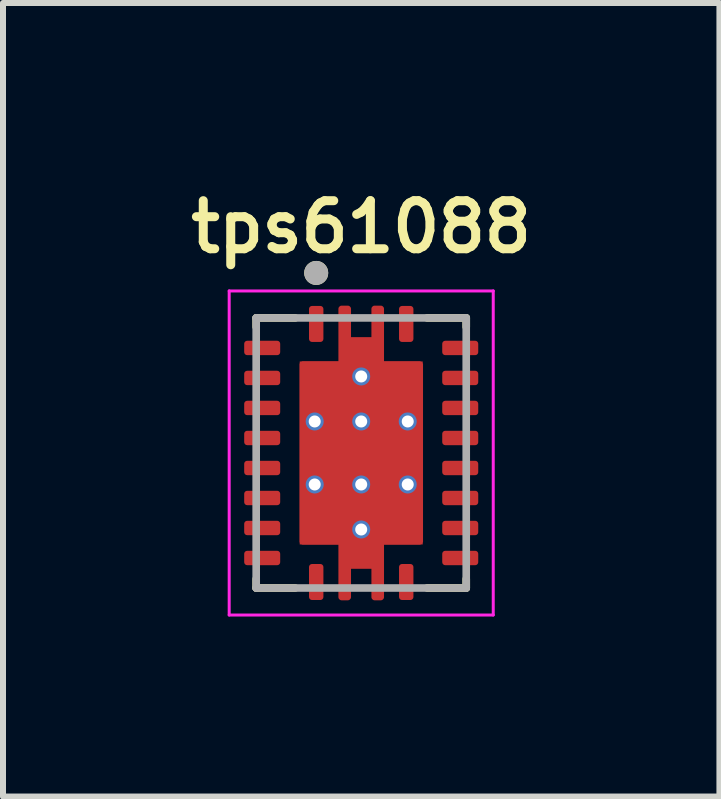
<source format=kicad_pcb>
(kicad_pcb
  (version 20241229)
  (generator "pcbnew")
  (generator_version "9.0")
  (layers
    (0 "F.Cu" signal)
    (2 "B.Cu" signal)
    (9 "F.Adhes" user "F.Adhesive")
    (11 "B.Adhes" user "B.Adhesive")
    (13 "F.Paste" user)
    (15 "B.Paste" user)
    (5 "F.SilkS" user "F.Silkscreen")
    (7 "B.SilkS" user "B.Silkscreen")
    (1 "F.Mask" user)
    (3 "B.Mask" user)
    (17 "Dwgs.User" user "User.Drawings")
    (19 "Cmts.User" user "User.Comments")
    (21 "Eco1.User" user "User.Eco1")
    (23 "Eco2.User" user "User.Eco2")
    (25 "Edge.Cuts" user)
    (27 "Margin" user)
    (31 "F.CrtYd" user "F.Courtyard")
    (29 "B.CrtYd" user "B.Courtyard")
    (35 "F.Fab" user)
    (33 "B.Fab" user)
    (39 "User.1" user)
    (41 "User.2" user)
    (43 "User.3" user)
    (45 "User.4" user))
  (footprint "tps61088"
    (layer "F.Cu")
    (at 2.969 4.498)
    (property "Reference" "tps61088" (at 0 -3.766 0) (layer "F.SilkS") (effects (font (size 0.801 0.801) (thickness 0.15))))
    (attr smd)
    (fp_poly (pts (xy -0.477 -1.627) (xy -0.477 -2.4) (xy -0.477 -2.408) (xy -0.476 -2.416) (xy -0.475 -2.424) (xy -0.474 -2.432) (xy -0.472 -2.439) (xy -0.47 -2.447) (xy -0.467 -2.454) (xy -0.464 -2.462) (xy -0.46 -2.469) (xy -0.457 -2.476) (xy -0.452 -2.483) (xy -0.448 -2.489) (xy -0.443 -2.496) (xy -0.438 -2.502) (xy -0.432 -2.507) (xy -0.427 -2.513) (xy -0.421 -2.518) (xy -0.414 -2.523) (xy -0.408 -2.527) (xy -0.401 -2.532) (xy -0.394 -2.535) (xy -0.387 -2.539) (xy -0.379 -2.542) (xy -0.372 -2.545) (xy -0.364 -2.547) (xy -0.357 -2.549) (xy -0.349 -2.55) (xy -0.341 -2.551) (xy -0.333 -2.552) (xy -0.325 -2.552) (xy -0.225 -2.552) (xy -0.217 -2.552) (xy -0.209 -2.551) (xy -0.201 -2.55) (xy -0.193 -2.549) (xy -0.186 -2.547) (xy -0.178 -2.545) (xy -0.171 -2.542) (xy -0.163 -2.539) (xy -0.156 -2.535) (xy -0.149 -2.532) (xy -0.142 -2.527) (xy -0.136 -2.523) (xy -0.129 -2.518) (xy -0.123 -2.513) (xy -0.118 -2.507) (xy -0.112 -2.502) (xy -0.107 -2.496) (xy -0.102 -2.489) (xy -0.098 -2.483) (xy -0.093 -2.476) (xy -0.09 -2.469) (xy -0.086 -2.462) (xy -0.083 -2.454) (xy -0.08 -2.447) (xy -0.078 -2.439) (xy -0.076 -2.432) (xy -0.075 -2.424) (xy -0.074 -2.416) (xy -0.073 -2.408) (xy -0.073 -2.4) (xy -0.073 -2.027) (xy 0.072 -2.027) (xy 0.073 -2.027) (xy 0.073 -2.402) (xy 0.073 -2.41) (xy 0.074 -2.418) (xy 0.075 -2.425) (xy 0.076 -2.433) (xy 0.078 -2.441) (xy 0.08 -2.448) (xy 0.083 -2.456) (xy 0.086 -2.463) (xy 0.089 -2.47) (xy 0.093 -2.477) (xy 0.097 -2.484) (xy 0.102 -2.49) (xy 0.106 -2.496) (xy 0.112 -2.502) (xy 0.117 -2.508) (xy 0.123 -2.513) (xy 0.129 -2.519) (xy 0.135 -2.523) (xy 0.141 -2.528) (xy 0.148 -2.532) (xy 0.155 -2.536) (xy 0.162 -2.539) (xy 0.169 -2.542) (xy 0.177 -2.545) (xy 0.184 -2.547) (xy 0.192 -2.549) (xy 0.2 -2.55) (xy 0.207 -2.551) (xy 0.215 -2.552) (xy 0.223 -2.552) (xy 0.326 -2.552) (xy 0.334 -2.552) (xy 0.342 -2.551) (xy 0.35 -2.55) (xy 0.357 -2.549) (xy 0.365 -2.547) (xy 0.373 -2.545) (xy 0.38 -2.542) (xy 0.387 -2.539) (xy 0.395 -2.536) (xy 0.401 -2.532) (xy 0.408 -2.528) (xy 0.415 -2.523) (xy 0.421 -2.518) (xy 0.427 -2.513) (xy 0.433 -2.508) (xy 0.438 -2.502) (xy 0.443 -2.496) (xy 0.448 -2.49) (xy 0.453 -2.483) (xy 0.457 -2.476) (xy 0.461 -2.47) (xy 0.464 -2.462) (xy 0.467 -2.455) (xy 0.47 -2.448) (xy 0.472 -2.44) (xy 0.474 -2.432) (xy 0.475 -2.425) (xy 0.476 -2.417) (xy 0.477 -2.409) (xy 0.477 -2.401) (xy 0.477 -1.627) (xy 0.975 -1.627) (xy 0.983 -1.627) (xy 0.991 -1.626) (xy 0.999 -1.625) (xy 1.007 -1.624) (xy 1.014 -1.622) (xy 1.022 -1.62) (xy 1.029 -1.617) (xy 1.037 -1.614) (xy 1.044 -1.61) (xy 1.051 -1.607) (xy 1.058 -1.602) (xy 1.064 -1.598) (xy 1.071 -1.593) (xy 1.077 -1.588) (xy 1.082 -1.582) (xy 1.088 -1.577) (xy 1.093 -1.571) (xy 1.098 -1.564) (xy 1.102 -1.558) (xy 1.107 -1.551) (xy 1.11 -1.544) (xy 1.114 -1.537) (xy 1.117 -1.529) (xy 1.12 -1.522) (xy 1.122 -1.514) (xy 1.124 -1.507) (xy 1.125 -1.499) (xy 1.126 -1.491) (xy 1.127 -1.483) (xy 1.127 -1.475) (xy 1.127 1.476) (xy 1.127 1.484) (xy 1.126 1.492) (xy 1.125 1.499) (xy 1.124 1.507) (xy 1.122 1.515) (xy 1.12 1.522) (xy 1.117 1.53) (xy 1.114 1.537) (xy 1.111 1.544) (xy 1.107 1.551) (xy 1.103 1.558) (xy 1.098 1.564) (xy 1.094 1.57) (xy 1.088 1.576) (xy 1.083 1.582) (xy 1.077 1.587) (xy 1.071 1.593) (xy 1.065 1.597) (xy 1.059 1.602) (xy 1.052 1.606) (xy 1.045 1.61) (xy 1.038 1.613) (xy 1.031 1.616) (xy 1.023 1.619) (xy 1.016 1.621) (xy 1.008 1.623) (xy 1 1.624) (xy 0.993 1.625) (xy 0.985 1.626) (xy 0.977 1.626) (xy 0.478 1.626) (xy 0.477 1.626) (xy 0.477 1.627) (xy 0.477 2.401) (xy 0.477 2.409) (xy 0.476 2.417) (xy 0.475 2.424) (xy 0.474 2.432) (xy 0.472 2.44) (xy 0.47 2.447) (xy 0.467 2.455) (xy 0.464 2.462) (xy 0.461 2.469) (xy 0.457 2.476) (xy 0.453 2.483) (xy 0.448 2.489) (xy 0.444 2.495) (xy 0.438 2.501) (xy 0.433 2.507) (xy 0.427 2.512) (xy 0.421 2.518) (xy 0.415 2.522) (xy 0.409 2.527) (xy 0.402 2.531) (xy 0.395 2.535) (xy 0.388 2.538) (xy 0.381 2.541) (xy 0.373 2.544) (xy 0.366 2.546) (xy 0.358 2.548) (xy 0.35 2.549) (xy 0.343 2.55) (xy 0.335 2.551) (xy 0.327 2.551) (xy 0.222 2.551) (xy 0.214 2.551) (xy 0.206 2.55) (xy 0.199 2.549) (xy 0.191 2.548) (xy 0.183 2.546) (xy 0.176 2.544) (xy 0.169 2.541) (xy 0.161 2.538) (xy 0.154 2.535) (xy 0.147 2.531) (xy 0.141 2.527) (xy 0.134 2.523) (xy 0.128 2.518) (xy 0.122 2.513) (xy 0.117 2.507) (xy 0.111 2.502) (xy 0.106 2.496) (xy 0.101 2.49) (xy 0.097 2.483) (xy 0.093 2.477) (xy 0.089 2.47) (xy 0.086 2.463) (xy 0.083 2.455) (xy 0.08 2.448) (xy 0.078 2.441) (xy 0.076 2.433) (xy 0.075 2.425) (xy 0.074 2.418) (xy 0.073 2.41) (xy 0.073 2.402) (xy 0.073 2.027) (xy -0.072 2.027) (xy -0.073 2.027) (xy -0.073 2.028) (xy -0.073 2.401) (xy -0.073 2.409) (xy -0.074 2.417) (xy -0.075 2.424) (xy -0.076 2.432) (xy -0.078 2.44) (xy -0.08 2.447) (xy -0.083 2.455) (xy -0.086 2.462) (xy -0.089 2.469) (xy -0.093 2.476) (xy -0.097 2.483) (xy -0.102 2.489) (xy -0.106 2.495) (xy -0.112 2.501) (xy -0.117 2.507) (xy -0.123 2.512) (xy -0.129 2.518) (xy -0.135 2.522) (xy -0.141 2.527) (xy -0.148 2.531) (xy -0.155 2.535) (xy -0.162 2.538) (xy -0.169 2.541) (xy -0.177 2.544) (xy -0.184 2.546) (xy -0.192 2.548) (xy -0.2 2.549) (xy -0.207 2.55) (xy -0.215 2.551) (xy -0.223 2.551) (xy -0.329 2.551) (xy -0.337 2.551) (xy -0.344 2.55) (xy -0.352 2.549) (xy -0.36 2.548) (xy -0.367 2.546) (xy -0.375 2.544) (xy -0.382 2.541) (xy -0.389 2.538) (xy -0.396 2.535) (xy -0.403 2.531) (xy -0.41 2.527) (xy -0.416 2.523) (xy -0.422 2.518) (xy -0.428 2.513) (xy -0.434 2.508) (xy -0.439 2.502) (xy -0.444 2.496) (xy -0.449 2.49) (xy -0.453 2.484) (xy -0.457 2.477) (xy -0.461 2.47) (xy -0.464 2.463) (xy -0.467 2.456) (xy -0.47 2.449) (xy -0.472 2.441) (xy -0.474 2.434) (xy -0.475 2.426) (xy -0.476 2.418) (xy -0.477 2.411) (xy -0.477 2.403) (xy -0.477 1.627) (xy -0.975 1.627) (xy -0.983 1.627) (xy -0.991 1.626) (xy -0.999 1.625) (xy -1.007 1.624) (xy -1.014 1.622) (xy -1.022 1.62) (xy -1.029 1.617) (xy -1.037 1.614) (xy -1.044 1.61) (xy -1.051 1.607) (xy -1.058 1.602) (xy -1.064 1.598) (xy -1.071 1.593) (xy -1.077 1.588) (xy -1.082 1.582) (xy -1.088 1.577) (xy -1.093 1.571) (xy -1.098 1.564) (xy -1.102 1.558) (xy -1.107 1.551) (xy -1.11 1.544) (xy -1.114 1.537) (xy -1.117 1.529) (xy -1.12 1.522) (xy -1.122 1.514) (xy -1.124 1.507) (xy -1.125 1.499) (xy -1.126 1.491) (xy -1.127 1.483) (xy -1.127 1.475) (xy -1.127 -1.474) (xy -1.127 -1.482) (xy -1.126 -1.49) (xy -1.125 -1.498) (xy -1.124 -1.506) (xy -1.122 -1.513) (xy -1.12 -1.521) (xy -1.117 -1.528) (xy -1.114 -1.536) (xy -1.11 -1.543) (xy -1.107 -1.55) (xy -1.102 -1.557) (xy -1.098 -1.563) (xy -1.093 -1.57) (xy -1.088 -1.576) (xy -1.082 -1.581) (xy -1.077 -1.587) (xy -1.071 -1.592) (xy -1.064 -1.597) (xy -1.058 -1.601) (xy -1.051 -1.606) (xy -1.044 -1.609) (xy -1.037 -1.613) (xy -1.029 -1.616) (xy -1.022 -1.619) (xy -1.014 -1.621) (xy -1.007 -1.623) (xy -0.999 -1.624) (xy -0.991 -1.625) (xy -0.983 -1.626) (xy -0.975 -1.626) (xy -0.478 -1.626) (xy -0.477 -1.626) (xy -0.477 -1.627)) (stroke (width 0.01) (type solid)) (fill yes) (layer "F.Mask"))
    (fp_line (start -1.75 -2.25) (end -1.1 -2.25) (stroke (width 0.127) (type solid)) (layer "F.SilkS"))
    (fp_line (start -1.75 -2.1) (end -1.75 -2.25) (stroke (width 0.127) (type solid)) (layer "F.SilkS"))
    (fp_line (start -1.75 2.1) (end -1.75 2.25) (stroke (width 0.127) (type solid)) (layer "F.SilkS"))
    (fp_line (start -1.75 2.25) (end -1.1 2.25) (stroke (width 0.127) (type solid)) (layer "F.SilkS"))
    (fp_line (start 1.1 -2.25) (end 1.75 -2.25) (stroke (width 0.127) (type solid)) (layer "F.SilkS"))
    (fp_line (start 1.1 2.25) (end 1.75 2.25) (stroke (width 0.127) (type solid)) (layer "F.SilkS"))
    (fp_line (start 1.75 -2.25) (end 1.75 -2.1) (stroke (width 0.127) (type solid)) (layer "F.SilkS"))
    (fp_line (start 1.75 2.25) (end 1.75 2.1) (stroke (width 0.127) (type solid)) (layer "F.SilkS"))
    (fp_circle (center -0.75 -3) (end -0.65 -3) (stroke (width 0.2) (type solid)) (fill no) (layer "F.SilkS"))
    (fp_poly (pts (xy -1.02 -1.425) (xy -1.02 -0.675) (xy -1.02 -0.672) (xy -1.02 -0.67) (xy -1.019 -0.667) (xy -1.019 -0.665) (xy -1.018 -0.662) (xy -1.018 -0.66) (xy -1.017 -0.657) (xy -1.016 -0.655) (xy -1.015 -0.652) (xy -1.013 -0.65) (xy -1.012 -0.648) (xy -1.01 -0.646) (xy -1.009 -0.644) (xy -1.007 -0.642) (xy -1.005 -0.64) (xy -1.003 -0.638) (xy -1.001 -0.636) (xy -0.999 -0.635) (xy -0.997 -0.633) (xy -0.995 -0.632) (xy -0.993 -0.63) (xy -0.99 -0.629) (xy -0.988 -0.628) (xy -0.985 -0.627) (xy -0.983 -0.627) (xy -0.98 -0.626) (xy -0.978 -0.626) (xy -0.975 -0.625) (xy -0.973 -0.625) (xy -0.97 -0.625) (xy -0.15 -0.625) (xy -0.147 -0.625) (xy -0.145 -0.625) (xy -0.142 -0.626) (xy -0.14 -0.626) (xy -0.137 -0.627) (xy -0.135 -0.627) (xy -0.132 -0.628) (xy -0.13 -0.629) (xy -0.127 -0.63) (xy -0.125 -0.632) (xy -0.123 -0.633) (xy -0.121 -0.635) (xy -0.119 -0.636) (xy -0.117 -0.638) (xy -0.115 -0.64) (xy -0.113 -0.642) (xy -0.111 -0.644) (xy -0.11 -0.646) (xy -0.108 -0.648) (xy -0.107 -0.65) (xy -0.105 -0.652) (xy -0.104 -0.655) (xy -0.103 -0.657) (xy -0.102 -0.66) (xy -0.102 -0.662) (xy -0.101 -0.665) (xy -0.101 -0.667) (xy -0.1 -0.67) (xy -0.1 -0.672) (xy -0.1 -0.675) (xy -0.1 -1.425) (xy -0.1 -1.428) (xy -0.1 -1.43) (xy -0.101 -1.433) (xy -0.101 -1.435) (xy -0.102 -1.438) (xy -0.102 -1.44) (xy -0.103 -1.443) (xy -0.104 -1.445) (xy -0.105 -1.448) (xy -0.107 -1.45) (xy -0.108 -1.452) (xy -0.11 -1.454) (xy -0.111 -1.456) (xy -0.113 -1.458) (xy -0.115 -1.46) (xy -0.117 -1.462) (xy -0.119 -1.464) (xy -0.121 -1.465) (xy -0.123 -1.467) (xy -0.125 -1.468) (xy -0.127 -1.47) (xy -0.13 -1.471) (xy -0.132 -1.472) (xy -0.135 -1.473) (xy -0.137 -1.473) (xy -0.14 -1.474) (xy -0.142 -1.474) (xy -0.145 -1.475) (xy -0.147 -1.475) (xy -0.15 -1.475) (xy -0.97 -1.475) (xy -0.973 -1.475) (xy -0.975 -1.475) (xy -0.978 -1.474) (xy -0.98 -1.474) (xy -0.983 -1.473) (xy -0.985 -1.473) (xy -0.988 -1.472) (xy -0.99 -1.471) (xy -0.993 -1.47) (xy -0.995 -1.468) (xy -0.997 -1.467) (xy -0.999 -1.465) (xy -1.001 -1.464) (xy -1.003 -1.462) (xy -1.005 -1.46) (xy -1.007 -1.458) (xy -1.009 -1.456) (xy -1.01 -1.454) (xy -1.012 -1.452) (xy -1.013 -1.45) (xy -1.015 -1.448) (xy -1.016 -1.445) (xy -1.017 -1.443) (xy -1.018 -1.44) (xy -1.018 -1.438) (xy -1.019 -1.435) (xy -1.019 -1.433) (xy -1.02 -1.43) (xy -1.02 -1.428) (xy -1.02 -1.425)) (stroke (width 0.01) (type solid)) (fill yes) (layer "F.Paste"))
    (fp_poly (pts (xy -1.02 0.675) (xy -1.02 1.425) (xy -1.02 1.428) (xy -1.02 1.43) (xy -1.019 1.433) (xy -1.019 1.435) (xy -1.018 1.438) (xy -1.018 1.44) (xy -1.017 1.443) (xy -1.016 1.445) (xy -1.015 1.448) (xy -1.013 1.45) (xy -1.012 1.452) (xy -1.01 1.454) (xy -1.009 1.456) (xy -1.007 1.458) (xy -1.005 1.46) (xy -1.003 1.462) (xy -1.001 1.464) (xy -0.999 1.465) (xy -0.997 1.467) (xy -0.995 1.468) (xy -0.993 1.47) (xy -0.99 1.471) (xy -0.988 1.472) (xy -0.985 1.473) (xy -0.983 1.473) (xy -0.98 1.474) (xy -0.978 1.474) (xy -0.975 1.475) (xy -0.973 1.475) (xy -0.97 1.475) (xy -0.15 1.475) (xy -0.147 1.475) (xy -0.145 1.475) (xy -0.142 1.474) (xy -0.14 1.474) (xy -0.137 1.473) (xy -0.135 1.473) (xy -0.132 1.472) (xy -0.13 1.471) (xy -0.127 1.47) (xy -0.125 1.468) (xy -0.123 1.467) (xy -0.121 1.465) (xy -0.119 1.464) (xy -0.117 1.462) (xy -0.115 1.46) (xy -0.113 1.458) (xy -0.111 1.456) (xy -0.11 1.454) (xy -0.108 1.452) (xy -0.107 1.45) (xy -0.105 1.448) (xy -0.104 1.445) (xy -0.103 1.443) (xy -0.102 1.44) (xy -0.102 1.438) (xy -0.101 1.435) (xy -0.101 1.433) (xy -0.1 1.43) (xy -0.1 1.428) (xy -0.1 1.425) (xy -0.1 0.675) (xy -0.1 0.672) (xy -0.1 0.67) (xy -0.101 0.667) (xy -0.101 0.665) (xy -0.102 0.662) (xy -0.102 0.66) (xy -0.103 0.657) (xy -0.104 0.655) (xy -0.105 0.652) (xy -0.107 0.65) (xy -0.108 0.648) (xy -0.11 0.646) (xy -0.111 0.644) (xy -0.113 0.642) (xy -0.115 0.64) (xy -0.117 0.638) (xy -0.119 0.636) (xy -0.121 0.635) (xy -0.123 0.633) (xy -0.125 0.632) (xy -0.127 0.63) (xy -0.13 0.629) (xy -0.132 0.628) (xy -0.135 0.627) (xy -0.137 0.627) (xy -0.14 0.626) (xy -0.142 0.626) (xy -0.145 0.625) (xy -0.147 0.625) (xy -0.15 0.625) (xy -0.97 0.625) (xy -0.973 0.625) (xy -0.975 0.625) (xy -0.978 0.626) (xy -0.98 0.626) (xy -0.983 0.627) (xy -0.985 0.627) (xy -0.988 0.628) (xy -0.99 0.629) (xy -0.993 0.63) (xy -0.995 0.632) (xy -0.997 0.633) (xy -0.999 0.635) (xy -1.001 0.636) (xy -1.003 0.638) (xy -1.005 0.64) (xy -1.007 0.642) (xy -1.009 0.644) (xy -1.01 0.646) (xy -1.012 0.648) (xy -1.013 0.65) (xy -1.015 0.652) (xy -1.016 0.655) (xy -1.017 0.657) (xy -1.018 0.66) (xy -1.018 0.662) (xy -1.019 0.665) (xy -1.019 0.667) (xy -1.02 0.67) (xy -1.02 0.672) (xy -1.02 0.675)) (stroke (width 0.01) (type solid)) (fill yes) (layer "F.Paste"))
    (fp_poly (pts (xy -0.15 -0.425) (xy -0.97 -0.425) (xy -0.973 -0.425) (xy -0.975 -0.425) (xy -0.978 -0.424) (xy -0.98 -0.424) (xy -0.983 -0.423) (xy -0.985 -0.423) (xy -0.988 -0.422) (xy -0.99 -0.421) (xy -0.993 -0.42) (xy -0.995 -0.418) (xy -0.997 -0.417) (xy -0.999 -0.415) (xy -1.001 -0.414) (xy -1.003 -0.412) (xy -1.005 -0.41) (xy -1.007 -0.408) (xy -1.009 -0.406) (xy -1.01 -0.404) (xy -1.012 -0.402) (xy -1.013 -0.4) (xy -1.015 -0.398) (xy -1.016 -0.395) (xy -1.017 -0.393) (xy -1.018 -0.39) (xy -1.018 -0.388) (xy -1.019 -0.385) (xy -1.019 -0.383) (xy -1.02 -0.38) (xy -1.02 -0.378) (xy -1.02 -0.375) (xy -1.02 0.375) (xy -1.02 0.378) (xy -1.02 0.38) (xy -1.019 0.383) (xy -1.019 0.385) (xy -1.018 0.388) (xy -1.018 0.39) (xy -1.017 0.393) (xy -1.016 0.395) (xy -1.015 0.398) (xy -1.013 0.4) (xy -1.012 0.402) (xy -1.01 0.404) (xy -1.009 0.406) (xy -1.007 0.408) (xy -1.005 0.41) (xy -1.003 0.412) (xy -1.001 0.414) (xy -0.999 0.415) (xy -0.997 0.417) (xy -0.995 0.418) (xy -0.993 0.42) (xy -0.99 0.421) (xy -0.988 0.422) (xy -0.985 0.423) (xy -0.983 0.423) (xy -0.98 0.424) (xy -0.978 0.424) (xy -0.975 0.425) (xy -0.973 0.425) (xy -0.97 0.425) (xy -0.15 0.425) (xy -0.147 0.425) (xy -0.145 0.425) (xy -0.142 0.424) (xy -0.14 0.424) (xy -0.137 0.423) (xy -0.135 0.423) (xy -0.132 0.422) (xy -0.13 0.421) (xy -0.127 0.42) (xy -0.125 0.418) (xy -0.123 0.417) (xy -0.121 0.415) (xy -0.119 0.414) (xy -0.117 0.412) (xy -0.115 0.41) (xy -0.113 0.408) (xy -0.111 0.406) (xy -0.11 0.404) (xy -0.108 0.402) (xy -0.107 0.4) (xy -0.105 0.398) (xy -0.104 0.395) (xy -0.103 0.393) (xy -0.102 0.39) (xy -0.102 0.388) (xy -0.101 0.385) (xy -0.101 0.383) (xy -0.1 0.38) (xy -0.1 0.378) (xy -0.1 0.375) (xy -0.1 -0.375) (xy -0.1 -0.378) (xy -0.1 -0.38) (xy -0.101 -0.383) (xy -0.101 -0.385) (xy -0.102 -0.388) (xy -0.102 -0.39) (xy -0.103 -0.393) (xy -0.104 -0.395) (xy -0.105 -0.398) (xy -0.107 -0.4) (xy -0.108 -0.402) (xy -0.11 -0.404) (xy -0.111 -0.406) (xy -0.113 -0.408) (xy -0.115 -0.41) (xy -0.117 -0.412) (xy -0.119 -0.414) (xy -0.121 -0.415) (xy -0.123 -0.417) (xy -0.125 -0.418) (xy -0.127 -0.42) (xy -0.13 -0.421) (xy -0.132 -0.422) (xy -0.135 -0.423) (xy -0.137 -0.423) (xy -0.14 -0.424) (xy -0.142 -0.424) (xy -0.145 -0.425) (xy -0.147 -0.425) (xy -0.15 -0.425)) (stroke (width 0.01) (type solid)) (fill yes) (layer "F.Paste"))
    (fp_poly (pts (xy 0.1 -1.425) (xy 0.1 -0.675) (xy 0.1 -0.672) (xy 0.1 -0.67) (xy 0.101 -0.667) (xy 0.101 -0.665) (xy 0.102 -0.662) (xy 0.102 -0.66) (xy 0.103 -0.657) (xy 0.104 -0.655) (xy 0.105 -0.652) (xy 0.107 -0.65) (xy 0.108 -0.648) (xy 0.11 -0.646) (xy 0.111 -0.644) (xy 0.113 -0.642) (xy 0.115 -0.64) (xy 0.117 -0.638) (xy 0.119 -0.636) (xy 0.121 -0.635) (xy 0.123 -0.633) (xy 0.125 -0.632) (xy 0.127 -0.63) (xy 0.13 -0.629) (xy 0.132 -0.628) (xy 0.135 -0.627) (xy 0.137 -0.627) (xy 0.14 -0.626) (xy 0.142 -0.626) (xy 0.145 -0.625) (xy 0.147 -0.625) (xy 0.15 -0.625) (xy 0.97 -0.625) (xy 0.973 -0.625) (xy 0.975 -0.625) (xy 0.978 -0.626) (xy 0.98 -0.626) (xy 0.983 -0.627) (xy 0.985 -0.627) (xy 0.988 -0.628) (xy 0.99 -0.629) (xy 0.993 -0.63) (xy 0.995 -0.632) (xy 0.997 -0.633) (xy 0.999 -0.635) (xy 1.001 -0.636) (xy 1.003 -0.638) (xy 1.005 -0.64) (xy 1.007 -0.642) (xy 1.009 -0.644) (xy 1.01 -0.646) (xy 1.012 -0.648) (xy 1.013 -0.65) (xy 1.015 -0.652) (xy 1.016 -0.655) (xy 1.017 -0.657) (xy 1.018 -0.66) (xy 1.018 -0.662) (xy 1.019 -0.665) (xy 1.019 -0.667) (xy 1.02 -0.67) (xy 1.02 -0.672) (xy 1.02 -0.675) (xy 1.02 -1.425) (xy 1.02 -1.428) (xy 1.02 -1.43) (xy 1.019 -1.433) (xy 1.019 -1.435) (xy 1.018 -1.438) (xy 1.018 -1.44) (xy 1.017 -1.443) (xy 1.016 -1.445) (xy 1.015 -1.448) (xy 1.013 -1.45) (xy 1.012 -1.452) (xy 1.01 -1.454) (xy 1.009 -1.456) (xy 1.007 -1.458) (xy 1.005 -1.46) (xy 1.003 -1.462) (xy 1.001 -1.464) (xy 0.999 -1.465) (xy 0.997 -1.467) (xy 0.995 -1.468) (xy 0.993 -1.47) (xy 0.99 -1.471) (xy 0.988 -1.472) (xy 0.985 -1.473) (xy 0.983 -1.473) (xy 0.98 -1.474) (xy 0.978 -1.474) (xy 0.975 -1.475) (xy 0.973 -1.475) (xy 0.97 -1.475) (xy 0.15 -1.475) (xy 0.147 -1.475) (xy 0.145 -1.475) (xy 0.142 -1.474) (xy 0.14 -1.474) (xy 0.137 -1.473) (xy 0.135 -1.473) (xy 0.132 -1.472) (xy 0.13 -1.471) (xy 0.127 -1.47) (xy 0.125 -1.468) (xy 0.123 -1.467) (xy 0.121 -1.465) (xy 0.119 -1.464) (xy 0.117 -1.462) (xy 0.115 -1.46) (xy 0.113 -1.458) (xy 0.111 -1.456) (xy 0.11 -1.454) (xy 0.108 -1.452) (xy 0.107 -1.45) (xy 0.105 -1.448) (xy 0.104 -1.445) (xy 0.103 -1.443) (xy 0.102 -1.44) (xy 0.102 -1.438) (xy 0.101 -1.435) (xy 0.101 -1.433) (xy 0.1 -1.43) (xy 0.1 -1.428) (xy 0.1 -1.425)) (stroke (width 0.01) (type solid)) (fill yes) (layer "F.Paste"))
    (fp_poly (pts (xy 0.97 -0.425) (xy 0.15 -0.425) (xy 0.147 -0.425) (xy 0.145 -0.425) (xy 0.142 -0.424) (xy 0.14 -0.424) (xy 0.137 -0.423) (xy 0.135 -0.423) (xy 0.132 -0.422) (xy 0.13 -0.421) (xy 0.127 -0.42) (xy 0.125 -0.418) (xy 0.123 -0.417) (xy 0.121 -0.415) (xy 0.119 -0.414) (xy 0.117 -0.412) (xy 0.115 -0.41) (xy 0.113 -0.408) (xy 0.111 -0.406) (xy 0.11 -0.404) (xy 0.108 -0.402) (xy 0.107 -0.4) (xy 0.105 -0.398) (xy 0.104 -0.395) (xy 0.103 -0.393) (xy 0.102 -0.39) (xy 0.102 -0.388) (xy 0.101 -0.385) (xy 0.101 -0.383) (xy 0.1 -0.38) (xy 0.1 -0.378) (xy 0.1 -0.375) (xy 0.1 0.375) (xy 0.1 0.378) (xy 0.1 0.38) (xy 0.101 0.383) (xy 0.101 0.385) (xy 0.102 0.388) (xy 0.102 0.39) (xy 0.103 0.393) (xy 0.104 0.395) (xy 0.105 0.398) (xy 0.107 0.4) (xy 0.108 0.402) (xy 0.11 0.404) (xy 0.111 0.406) (xy 0.113 0.408) (xy 0.115 0.41) (xy 0.117 0.412) (xy 0.119 0.414) (xy 0.121 0.415) (xy 0.123 0.417) (xy 0.125 0.418) (xy 0.127 0.42) (xy 0.13 0.421) (xy 0.132 0.422) (xy 0.135 0.423) (xy 0.137 0.423) (xy 0.14 0.424) (xy 0.142 0.424) (xy 0.145 0.425) (xy 0.147 0.425) (xy 0.15 0.425) (xy 0.97 0.425) (xy 0.973 0.425) (xy 0.975 0.425) (xy 0.978 0.424) (xy 0.98 0.424) (xy 0.983 0.423) (xy 0.985 0.423) (xy 0.988 0.422) (xy 0.99 0.421) (xy 0.993 0.42) (xy 0.995 0.418) (xy 0.997 0.417) (xy 0.999 0.415) (xy 1.001 0.414) (xy 1.003 0.412) (xy 1.005 0.41) (xy 1.007 0.408) (xy 1.009 0.406) (xy 1.01 0.404) (xy 1.012 0.402) (xy 1.013 0.4) (xy 1.015 0.398) (xy 1.016 0.395) (xy 1.017 0.393) (xy 1.018 0.39) (xy 1.018 0.388) (xy 1.019 0.385) (xy 1.019 0.383) (xy 1.02 0.38) (xy 1.02 0.378) (xy 1.02 0.375) (xy 1.02 -0.375) (xy 1.02 -0.378) (xy 1.02 -0.38) (xy 1.019 -0.383) (xy 1.019 -0.385) (xy 1.018 -0.388) (xy 1.018 -0.39) (xy 1.017 -0.393) (xy 1.016 -0.395) (xy 1.015 -0.398) (xy 1.013 -0.4) (xy 1.012 -0.402) (xy 1.01 -0.404) (xy 1.009 -0.406) (xy 1.007 -0.408) (xy 1.005 -0.41) (xy 1.003 -0.412) (xy 1.001 -0.414) (xy 0.999 -0.415) (xy 0.997 -0.417) (xy 0.995 -0.418) (xy 0.993 -0.42) (xy 0.99 -0.421) (xy 0.988 -0.422) (xy 0.985 -0.423) (xy 0.983 -0.423) (xy 0.98 -0.424) (xy 0.978 -0.424) (xy 0.975 -0.425) (xy 0.973 -0.425) (xy 0.97 -0.425)) (stroke (width 0.01) (type solid)) (fill yes) (layer "F.Paste"))
    (fp_poly (pts (xy 0.97 0.625) (xy 0.15 0.625) (xy 0.147 0.625) (xy 0.145 0.625) (xy 0.142 0.626) (xy 0.14 0.626) (xy 0.137 0.627) (xy 0.135 0.627) (xy 0.132 0.628) (xy 0.13 0.629) (xy 0.127 0.63) (xy 0.125 0.632) (xy 0.123 0.633) (xy 0.121 0.635) (xy 0.119 0.636) (xy 0.117 0.638) (xy 0.115 0.64) (xy 0.113 0.642) (xy 0.111 0.644) (xy 0.11 0.646) (xy 0.108 0.648) (xy 0.107 0.65) (xy 0.105 0.652) (xy 0.104 0.655) (xy 0.103 0.657) (xy 0.102 0.66) (xy 0.102 0.662) (xy 0.101 0.665) (xy 0.101 0.667) (xy 0.1 0.67) (xy 0.1 0.672) (xy 0.1 0.675) (xy 0.1 1.425) (xy 0.1 1.428) (xy 0.1 1.43) (xy 0.101 1.433) (xy 0.101 1.435) (xy 0.102 1.438) (xy 0.102 1.44) (xy 0.103 1.443) (xy 0.104 1.445) (xy 0.105 1.448) (xy 0.107 1.45) (xy 0.108 1.452) (xy 0.11 1.454) (xy 0.111 1.456) (xy 0.113 1.458) (xy 0.115 1.46) (xy 0.117 1.462) (xy 0.119 1.464) (xy 0.121 1.465) (xy 0.123 1.467) (xy 0.125 1.468) (xy 0.127 1.47) (xy 0.13 1.471) (xy 0.132 1.472) (xy 0.135 1.473) (xy 0.137 1.473) (xy 0.14 1.474) (xy 0.142 1.474) (xy 0.145 1.475) (xy 0.147 1.475) (xy 0.15 1.475) (xy 0.97 1.475) (xy 0.973 1.475) (xy 0.975 1.475) (xy 0.978 1.474) (xy 0.98 1.474) (xy 0.983 1.473) (xy 0.985 1.473) (xy 0.988 1.472) (xy 0.99 1.471) (xy 0.993 1.47) (xy 0.995 1.468) (xy 0.997 1.467) (xy 0.999 1.465) (xy 1.001 1.464) (xy 1.003 1.462) (xy 1.005 1.46) (xy 1.007 1.458) (xy 1.009 1.456) (xy 1.01 1.454) (xy 1.012 1.452) (xy 1.013 1.45) (xy 1.015 1.448) (xy 1.016 1.445) (xy 1.017 1.443) (xy 1.018 1.44) (xy 1.018 1.438) (xy 1.019 1.435) (xy 1.019 1.433) (xy 1.02 1.43) (xy 1.02 1.428) (xy 1.02 1.425) (xy 1.02 0.675) (xy 1.02 0.672) (xy 1.02 0.67) (xy 1.019 0.667) (xy 1.019 0.665) (xy 1.018 0.662) (xy 1.018 0.66) (xy 1.017 0.657) (xy 1.016 0.655) (xy 1.015 0.652) (xy 1.013 0.65) (xy 1.012 0.648) (xy 1.01 0.646) (xy 1.009 0.644) (xy 1.007 0.642) (xy 1.005 0.64) (xy 1.003 0.638) (xy 1.001 0.636) (xy 0.999 0.635) (xy 0.997 0.633) (xy 0.995 0.632) (xy 0.993 0.63) (xy 0.99 0.629) (xy 0.988 0.628) (xy 0.985 0.627) (xy 0.983 0.627) (xy 0.98 0.626) (xy 0.978 0.626) (xy 0.975 0.625) (xy 0.973 0.625) (xy 0.97 0.625)) (stroke (width 0.01) (type solid)) (fill yes) (layer "F.Paste"))
    (fp_poly (pts (xy -0.325 1.675) (xy 0.325 1.675) (xy 0.328 1.675) (xy 0.33 1.675) (xy 0.333 1.676) (xy 0.335 1.676) (xy 0.338 1.677) (xy 0.34 1.677) (xy 0.343 1.678) (xy 0.345 1.679) (xy 0.348 1.68) (xy 0.35 1.682) (xy 0.352 1.683) (xy 0.354 1.685) (xy 0.356 1.686) (xy 0.358 1.688) (xy 0.36 1.69) (xy 0.362 1.692) (xy 0.364 1.694) (xy 0.365 1.696) (xy 0.367 1.698) (xy 0.368 1.7) (xy 0.37 1.702) (xy 0.371 1.705) (xy 0.372 1.707) (xy 0.373 1.71) (xy 0.373 1.712) (xy 0.374 1.715) (xy 0.374 1.717) (xy 0.375 1.72) (xy 0.375 1.722) (xy 0.375 1.725) (xy 0.375 2.4) (xy 0.375 2.403) (xy 0.375 2.405) (xy 0.374 2.408) (xy 0.374 2.41) (xy 0.373 2.413) (xy 0.373 2.415) (xy 0.372 2.418) (xy 0.371 2.42) (xy 0.37 2.423) (xy 0.368 2.425) (xy 0.367 2.427) (xy 0.365 2.429) (xy 0.364 2.431) (xy 0.362 2.433) (xy 0.36 2.435) (xy 0.358 2.437) (xy 0.356 2.439) (xy 0.354 2.44) (xy 0.352 2.442) (xy 0.35 2.443) (xy 0.348 2.445) (xy 0.345 2.446) (xy 0.343 2.447) (xy 0.34 2.448) (xy 0.338 2.448) (xy 0.335 2.449) (xy 0.333 2.449) (xy 0.33 2.45) (xy 0.328 2.45) (xy 0.325 2.45) (xy 0.225 2.45) (xy 0.222 2.45) (xy 0.22 2.45) (xy 0.217 2.449) (xy 0.215 2.449) (xy 0.212 2.448) (xy 0.21 2.448) (xy 0.207 2.447) (xy 0.205 2.446) (xy 0.202 2.445) (xy 0.2 2.443) (xy 0.198 2.442) (xy 0.196 2.44) (xy 0.194 2.439) (xy 0.192 2.437) (xy 0.19 2.435) (xy 0.188 2.433) (xy 0.186 2.431) (xy 0.185 2.429) (xy 0.183 2.427) (xy 0.182 2.425) (xy 0.18 2.423) (xy 0.179 2.42) (xy 0.178 2.418) (xy 0.177 2.415) (xy 0.177 2.413) (xy 0.176 2.41) (xy 0.176 2.408) (xy 0.175 2.405) (xy 0.175 2.403) (xy 0.175 2.4) (xy 0.175 1.925) (xy -0.175 1.925) (xy -0.175 2.4) (xy -0.175 2.403) (xy -0.175 2.405) (xy -0.176 2.408) (xy -0.176 2.41) (xy -0.177 2.413) (xy -0.177 2.415) (xy -0.178 2.418) (xy -0.179 2.42) (xy -0.18 2.423) (xy -0.182 2.425) (xy -0.183 2.427) (xy -0.185 2.429) (xy -0.186 2.431) (xy -0.188 2.433) (xy -0.19 2.435) (xy -0.192 2.437) (xy -0.194 2.439) (xy -0.196 2.44) (xy -0.198 2.442) (xy -0.2 2.443) (xy -0.202 2.445) (xy -0.205 2.446) (xy -0.207 2.447) (xy -0.21 2.448) (xy -0.212 2.448) (xy -0.215 2.449) (xy -0.217 2.449) (xy -0.22 2.45) (xy -0.222 2.45) (xy -0.225 2.45) (xy -0.325 2.45) (xy -0.328 2.45) (xy -0.33 2.45) (xy -0.333 2.449) (xy -0.335 2.449) (xy -0.338 2.448) (xy -0.34 2.448) (xy -0.343 2.447) (xy -0.345 2.446) (xy -0.348 2.445) (xy -0.35 2.443) (xy -0.352 2.442) (xy -0.354 2.44) (xy -0.356 2.439) (xy -0.358 2.437) (xy -0.36 2.435) (xy -0.362 2.433) (xy -0.364 2.431) (xy -0.365 2.429) (xy -0.367 2.427) (xy -0.368 2.425) (xy -0.37 2.423) (xy -0.371 2.42) (xy -0.372 2.418) (xy -0.373 2.415) (xy -0.373 2.413) (xy -0.374 2.41) (xy -0.374 2.408) (xy -0.375 2.405) (xy -0.375 2.403) (xy -0.375 2.4) (xy -0.375 1.725) (xy -0.375 1.722) (xy -0.375 1.72) (xy -0.374 1.717) (xy -0.374 1.715) (xy -0.373 1.712) (xy -0.373 1.71) (xy -0.372 1.707) (xy -0.371 1.705) (xy -0.37 1.702) (xy -0.368 1.7) (xy -0.367 1.698) (xy -0.365 1.696) (xy -0.364 1.694) (xy -0.362 1.692) (xy -0.36 1.69) (xy -0.358 1.688) (xy -0.356 1.686) (xy -0.354 1.685) (xy -0.352 1.683) (xy -0.35 1.682) (xy -0.348 1.68) (xy -0.345 1.679) (xy -0.343 1.678) (xy -0.34 1.677) (xy -0.338 1.677) (xy -0.335 1.676) (xy -0.333 1.676) (xy -0.33 1.675) (xy -0.328 1.675) (xy -0.325 1.675)) (stroke (width 0.01) (type solid)) (fill yes) (layer "F.Paste"))
    (fp_poly (pts (xy 0.375 -2.4) (xy 0.375 -1.725) (xy 0.375 -1.722) (xy 0.375 -1.72) (xy 0.374 -1.717) (xy 0.374 -1.715) (xy 0.373 -1.712) (xy 0.373 -1.71) (xy 0.372 -1.707) (xy 0.371 -1.705) (xy 0.37 -1.702) (xy 0.368 -1.7) (xy 0.367 -1.698) (xy 0.365 -1.696) (xy 0.364 -1.694) (xy 0.362 -1.692) (xy 0.36 -1.69) (xy 0.358 -1.688) (xy 0.356 -1.686) (xy 0.354 -1.685) (xy 0.352 -1.683) (xy 0.35 -1.682) (xy 0.348 -1.68) (xy 0.345 -1.679) (xy 0.343 -1.678) (xy 0.34 -1.677) (xy 0.338 -1.677) (xy 0.335 -1.676) (xy 0.333 -1.676) (xy 0.33 -1.675) (xy 0.328 -1.675) (xy 0.325 -1.675) (xy -0.325 -1.675) (xy -0.328 -1.675) (xy -0.33 -1.675) (xy -0.333 -1.676) (xy -0.335 -1.676) (xy -0.338 -1.677) (xy -0.34 -1.677) (xy -0.343 -1.678) (xy -0.345 -1.679) (xy -0.348 -1.68) (xy -0.35 -1.682) (xy -0.352 -1.683) (xy -0.354 -1.685) (xy -0.356 -1.686) (xy -0.358 -1.688) (xy -0.36 -1.69) (xy -0.362 -1.692) (xy -0.364 -1.694) (xy -0.365 -1.696) (xy -0.367 -1.698) (xy -0.368 -1.7) (xy -0.37 -1.702) (xy -0.371 -1.705) (xy -0.372 -1.707) (xy -0.373 -1.71) (xy -0.373 -1.712) (xy -0.374 -1.715) (xy -0.374 -1.717) (xy -0.375 -1.72) (xy -0.375 -1.722) (xy -0.375 -1.725) (xy -0.375 -2.4) (xy -0.375 -2.403) (xy -0.375 -2.405) (xy -0.374 -2.408) (xy -0.374 -2.41) (xy -0.373 -2.413) (xy -0.373 -2.415) (xy -0.372 -2.418) (xy -0.371 -2.42) (xy -0.37 -2.423) (xy -0.368 -2.425) (xy -0.367 -2.427) (xy -0.365 -2.429) (xy -0.364 -2.431) (xy -0.362 -2.433) (xy -0.36 -2.435) (xy -0.358 -2.437) (xy -0.356 -2.439) (xy -0.354 -2.44) (xy -0.352 -2.442) (xy -0.35 -2.443) (xy -0.348 -2.445) (xy -0.345 -2.446) (xy -0.343 -2.447) (xy -0.34 -2.448) (xy -0.338 -2.448) (xy -0.335 -2.449) (xy -0.333 -2.449) (xy -0.33 -2.45) (xy -0.328 -2.45) (xy -0.325 -2.45) (xy -0.225 -2.45) (xy -0.222 -2.45) (xy -0.22 -2.45) (xy -0.217 -2.449) (xy -0.215 -2.449) (xy -0.212 -2.448) (xy -0.21 -2.448) (xy -0.207 -2.447) (xy -0.205 -2.446) (xy -0.202 -2.445) (xy -0.2 -2.443) (xy -0.198 -2.442) (xy -0.196 -2.44) (xy -0.194 -2.439) (xy -0.192 -2.437) (xy -0.19 -2.435) (xy -0.188 -2.433) (xy -0.186 -2.431) (xy -0.185 -2.429) (xy -0.183 -2.427) (xy -0.182 -2.425) (xy -0.18 -2.423) (xy -0.179 -2.42) (xy -0.178 -2.418) (xy -0.177 -2.415) (xy -0.177 -2.413) (xy -0.176 -2.41) (xy -0.176 -2.408) (xy -0.175 -2.405) (xy -0.175 -2.403) (xy -0.175 -2.4) (xy -0.175 -1.925) (xy 0.175 -1.925) (xy 0.175 -2.4) (xy 0.175 -2.403) (xy 0.175 -2.405) (xy 0.176 -2.408) (xy 0.176 -2.41) (xy 0.177 -2.413) (xy 0.177 -2.415) (xy 0.178 -2.418) (xy 0.179 -2.42) (xy 0.18 -2.423) (xy 0.182 -2.425) (xy 0.183 -2.427) (xy 0.185 -2.429) (xy 0.186 -2.431) (xy 0.188 -2.433) (xy 0.19 -2.435) (xy 0.192 -2.437) (xy 0.194 -2.439) (xy 0.196 -2.44) (xy 0.198 -2.442) (xy 0.2 -2.443) (xy 0.202 -2.445) (xy 0.205 -2.446) (xy 0.207 -2.447) (xy 0.21 -2.448) (xy 0.212 -2.448) (xy 0.215 -2.449) (xy 0.217 -2.449) (xy 0.22 -2.45) (xy 0.222 -2.45) (xy 0.225 -2.45) (xy 0.325 -2.45) (xy 0.328 -2.45) (xy 0.33 -2.45) (xy 0.333 -2.449) (xy 0.335 -2.449) (xy 0.338 -2.448) (xy 0.34 -2.448) (xy 0.343 -2.447) (xy 0.345 -2.446) (xy 0.348 -2.445) (xy 0.35 -2.443) (xy 0.352 -2.442) (xy 0.354 -2.44) (xy 0.356 -2.439) (xy 0.358 -2.437) (xy 0.36 -2.435) (xy 0.362 -2.433) (xy 0.364 -2.431) (xy 0.365 -2.429) (xy 0.367 -2.427) (xy 0.368 -2.425) (xy 0.37 -2.423) (xy 0.371 -2.42) (xy 0.372 -2.418) (xy 0.373 -2.415) (xy 0.373 -2.413) (xy 0.374 -2.41) (xy 0.374 -2.408) (xy 0.375 -2.405) (xy 0.375 -2.403) (xy 0.375 -2.4)) (stroke (width 0.01) (type solid)) (fill yes) (layer "F.Paste"))
    (fp_line (start -2.2 -2.7) (end -2.2 2.7) (stroke (width 0.05) (type solid)) (layer "F.CrtYd"))
    (fp_line (start -2.2 2.7) (end 2.2 2.7) (stroke (width 0.05) (type solid)) (layer "F.CrtYd"))
    (fp_line (start 2.2 -2.7) (end -2.2 -2.7) (stroke (width 0.05) (type solid)) (layer "F.CrtYd"))
    (fp_line (start 2.2 2.7) (end 2.2 -2.7) (stroke (width 0.05) (type solid)) (layer "F.CrtYd"))
    (fp_line (start -1.75 -2.25) (end 1.75 -2.25) (stroke (width 0.127) (type solid)) (layer "F.Fab"))
    (fp_line (start -1.75 2.25) (end -1.75 -2.25) (stroke (width 0.127) (type solid)) (layer "F.Fab"))
    (fp_line (start 1.75 -2.25) (end 1.75 2.25) (stroke (width 0.127) (type solid)) (layer "F.Fab"))
    (fp_line (start 1.75 2.25) (end -1.75 2.25) (stroke (width 0.127) (type solid)) (layer "F.Fab"))
    (fp_circle (center -0.75 -3) (end -0.65 -3) (stroke (width 0.2) (type solid)) (fill no) (layer "F.Fab"))
    (pad "1" smd roundrect (at -0.75 -2.15) (size 0.24 0.6) (layers "F.Cu" "F.Mask" "F.Paste") (roundrect_rratio 0.21))
    (pad "2" smd roundrect (at -1.65 -1.75) (size 0.6 0.24) (layers "F.Cu" "F.Mask" "F.Paste") (roundrect_rratio 0.21))
    (pad "3" smd roundrect (at -1.65 -1.25) (size 0.6 0.24) (layers "F.Cu" "F.Mask" "F.Paste") (roundrect_rratio 0.21))
    (pad "4" smd roundrect (at -1.65 -0.75) (size 0.6 0.24) (layers "F.Cu" "F.Mask" "F.Paste") (roundrect_rratio 0.21))
    (pad "5" smd roundrect (at -1.65 -0.25) (size 0.6 0.24) (layers "F.Cu" "F.Mask" "F.Paste") (roundrect_rratio 0.21))
    (pad "6" smd roundrect (at -1.65 0.25) (size 0.6 0.24) (layers "F.Cu" "F.Mask" "F.Paste") (roundrect_rratio 0.21))
    (pad "7" smd roundrect (at -1.65 0.75) (size 0.6 0.24) (layers "F.Cu" "F.Mask" "F.Paste") (roundrect_rratio 0.21))
    (pad "8" smd roundrect (at -1.65 1.25) (size 0.6 0.24) (layers "F.Cu" "F.Mask" "F.Paste") (roundrect_rratio 0.21))
    (pad "9" smd roundrect (at -1.65 1.75) (size 0.6 0.24) (layers "F.Cu" "F.Mask" "F.Paste") (roundrect_rratio 0.21))
    (pad "10" smd roundrect (at -0.75 2.15) (size 0.24 0.6) (layers "F.Cu" "F.Mask" "F.Paste") (roundrect_rratio 0.21))
    (pad "11" smd roundrect (at 0.75 2.15) (size 0.24 0.6) (layers "F.Cu" "F.Mask" "F.Paste") (roundrect_rratio 0.21))
    (pad "12" smd roundrect (at 1.65 1.75) (size 0.6 0.24) (layers "F.Cu" "F.Mask" "F.Paste") (roundrect_rratio 0.21))
    (pad "13" smd roundrect (at 1.65 1.25) (size 0.6 0.24) (layers "F.Cu" "F.Mask" "F.Paste") (roundrect_rratio 0.21))
    (pad "14" smd roundrect (at 1.65 0.75) (size 0.6 0.24) (layers "F.Cu" "F.Mask" "F.Paste") (roundrect_rratio 0.21))
    (pad "15" smd roundrect (at 1.65 0.25) (size 0.6 0.24) (layers "F.Cu" "F.Mask" "F.Paste") (roundrect_rratio 0.21))
    (pad "16" smd roundrect (at 1.65 -0.25) (size 0.6 0.24) (layers "F.Cu" "F.Mask" "F.Paste") (roundrect_rratio 0.21))
    (pad "17" smd roundrect (at 1.65 -0.75) (size 0.6 0.24) (layers "F.Cu" "F.Mask" "F.Paste") (roundrect_rratio 0.21))
    (pad "18" smd roundrect (at 1.65 -1.25) (size 0.6 0.24) (layers "F.Cu" "F.Mask" "F.Paste") (roundrect_rratio 0.21))
    (pad "19" smd roundrect (at 1.65 -1.75) (size 0.6 0.24) (layers "F.Cu" "F.Mask" "F.Paste") (roundrect_rratio 0.21))
    (pad "20" smd roundrect (at 0.75 -2.15) (size 0.24 0.6) (layers "F.Cu" "F.Mask" "F.Paste") (roundrect_rratio 0.21))
    (pad "21" smd custom (at 0 0) (size 2.05 3.05) (layers "F.Cu" "F.Mask") (options (anchor rect)) (primitives (gr_poly (pts (xy -0.375 -1.525) (xy -0.375 -2.4) (xy -0.375 -2.403) (xy -0.375 -2.405) (xy -0.374 -2.408) (xy -0.374 -2.41) (xy -0.373 -2.413) (xy -0.373 -2.415) (xy -0.372 -2.418) (xy -0.371 -2.42) (xy -0.37 -2.423) (xy -0.368 -2.425) (xy -0.367 -2.427) (xy -0.365 -2.429) (xy -0.364 -2.431) (xy -0.362 -2.433) (xy -0.36 -2.435) (xy -0.358 -2.437) (xy -0.356 -2.439) (xy -0.354 -2.44) (xy -0.352 -2.442) (xy -0.35 -2.443) (xy -0.348 -2.445) (xy -0.345 -2.446) (xy -0.343 -2.447) (xy -0.34 -2.448) (xy -0.338 -2.448) (xy -0.335 -2.449) (xy -0.333 -2.449) (xy -0.33 -2.45) (xy -0.328 -2.45) (xy -0.325 -2.45) (xy -0.225 -2.45) (xy -0.222 -2.45) (xy -0.22 -2.45) (xy -0.217 -2.449) (xy -0.215 -2.449) (xy -0.212 -2.448) (xy -0.21 -2.448) (xy -0.207 -2.447) (xy -0.205 -2.446) (xy -0.202 -2.445) (xy -0.2 -2.443) (xy -0.198 -2.442) (xy -0.196 -2.44) (xy -0.194 -2.439) (xy -0.192 -2.437) (xy -0.19 -2.435) (xy -0.188 -2.433) (xy -0.186 -2.431) (xy -0.185 -2.429) (xy -0.183 -2.427) (xy -0.182 -2.425) (xy -0.18 -2.423) (xy -0.179 -2.42) (xy -0.178 -2.418) (xy -0.177 -2.415) (xy -0.177 -2.413) (xy -0.176 -2.41) (xy -0.176 -2.408) (xy -0.175 -2.405) (xy -0.175 -2.403) (xy -0.175 -2.4) (xy -0.175 -1.925) (xy 0.175 -1.925) (xy 0.175 -2.4) (xy 0.175 -2.403) (xy 0.175 -2.405) (xy 0.176 -2.408) (xy 0.176 -2.41) (xy 0.177 -2.413) (xy 0.177 -2.415) (xy 0.178 -2.418) (xy 0.179 -2.42) (xy 0.18 -2.423) (xy 0.182 -2.425) (xy 0.183 -2.427) (xy 0.185 -2.429) (xy 0.186 -2.431) (xy 0.188 -2.433) (xy 0.19 -2.435) (xy 0.192 -2.437) (xy 0.194 -2.439) (xy 0.196 -2.44) (xy 0.198 -2.442) (xy 0.2 -2.443) (xy 0.202 -2.445) (xy 0.205 -2.446) (xy 0.207 -2.447) (xy 0.21 -2.448) (xy 0.212 -2.448) (xy 0.215 -2.449) (xy 0.217 -2.449) (xy 0.22 -2.45) (xy 0.222 -2.45) (xy 0.225 -2.45) (xy 0.325 -2.45) (xy 0.328 -2.45) (xy 0.33 -2.45) (xy 0.333 -2.449) (xy 0.335 -2.449) (xy 0.338 -2.448) (xy 0.34 -2.448) (xy 0.343 -2.447) (xy 0.345 -2.446) (xy 0.348 -2.445) (xy 0.35 -2.443) (xy 0.352 -2.442) (xy 0.354 -2.44) (xy 0.356 -2.439) (xy 0.358 -2.437) (xy 0.36 -2.435) (xy 0.362 -2.433) (xy 0.364 -2.431) (xy 0.365 -2.429) (xy 0.367 -2.427) (xy 0.368 -2.425) (xy 0.37 -2.423) (xy 0.371 -2.42) (xy 0.372 -2.418) (xy 0.373 -2.415) (xy 0.373 -2.413) (xy 0.374 -2.41) (xy 0.374 -2.408) (xy 0.375 -2.405) (xy 0.375 -2.403) (xy 0.375 -2.4) (xy 0.375 -1.525) (xy 0.975 -1.525) (xy 0.978 -1.525) (xy 0.98 -1.525) (xy 0.983 -1.524) (xy 0.985 -1.524) (xy 0.988 -1.523) (xy 0.99 -1.523) (xy 0.993 -1.522) (xy 0.995 -1.521) (xy 0.998 -1.52) (xy 1 -1.518) (xy 1.002 -1.517) (xy 1.004 -1.515) (xy 1.006 -1.514) (xy 1.008 -1.512) (xy 1.01 -1.51) (xy 1.012 -1.508) (xy 1.014 -1.506) (xy 1.015 -1.504) (xy 1.017 -1.502) (xy 1.018 -1.5) (xy 1.02 -1.498) (xy 1.021 -1.495) (xy 1.022 -1.493) (xy 1.023 -1.49) (xy 1.023 -1.488) (xy 1.024 -1.485) (xy 1.024 -1.483) (xy 1.025 -1.48) (xy 1.025 -1.478) (xy 1.025 -1.475) (xy 1.025 1.475) (xy 1.025 1.478) (xy 1.025 1.48) (xy 1.024 1.483) (xy 1.024 1.485) (xy 1.023 1.488) (xy 1.023 1.49) (xy 1.022 1.493) (xy 1.021 1.495) (xy 1.02 1.498) (xy 1.018 1.5) (xy 1.017 1.502) (xy 1.015 1.504) (xy 1.014 1.506) (xy 1.012 1.508) (xy 1.01 1.51) (xy 1.008 1.512) (xy 1.006 1.514) (xy 1.004 1.515) (xy 1.002 1.517) (xy 1 1.518) (xy 0.998 1.52) (xy 0.995 1.521) (xy 0.993 1.522) (xy 0.99 1.523) (xy 0.988 1.523) (xy 0.985 1.524) (xy 0.983 1.524) (xy 0.98 1.525) (xy 0.978 1.525) (xy 0.975 1.525) (xy 0.375 1.525) (xy 0.375 2.4) (xy 0.375 2.403) (xy 0.375 2.405) (xy 0.374 2.408) (xy 0.374 2.41) (xy 0.373 2.413) (xy 0.373 2.415) (xy 0.372 2.418) (xy 0.371 2.42) (xy 0.37 2.423) (xy 0.368 2.425) (xy 0.367 2.427) (xy 0.365 2.429) (xy 0.364 2.431) (xy 0.362 2.433) (xy 0.36 2.435) (xy 0.358 2.437) (xy 0.356 2.439) (xy 0.354 2.44) (xy 0.352 2.442) (xy 0.35 2.443) (xy 0.348 2.445) (xy 0.345 2.446) (xy 0.343 2.447) (xy 0.34 2.448) (xy 0.338 2.448) (xy 0.335 2.449) (xy 0.333 2.449) (xy 0.33 2.45) (xy 0.328 2.45) (xy 0.325 2.45) (xy 0.225 2.45) (xy 0.222 2.45) (xy 0.22 2.45) (xy 0.217 2.449) (xy 0.215 2.449) (xy 0.212 2.448) (xy 0.21 2.448) (xy 0.207 2.447) (xy 0.205 2.446) (xy 0.202 2.445) (xy 0.2 2.443) (xy 0.198 2.442) (xy 0.196 2.44) (xy 0.194 2.439) (xy 0.192 2.437) (xy 0.19 2.435) (xy 0.188 2.433) (xy 0.186 2.431) (xy 0.185 2.429) (xy 0.183 2.427) (xy 0.182 2.425) (xy 0.18 2.423) (xy 0.179 2.42) (xy 0.178 2.418) (xy 0.177 2.415) (xy 0.177 2.413) (xy 0.176 2.41) (xy 0.176 2.408) (xy 0.175 2.405) (xy 0.175 2.403) (xy 0.175 2.4) (xy 0.175 1.925) (xy -0.175 1.925) (xy -0.175 2.4) (xy -0.175 2.403) (xy -0.175 2.405) (xy -0.176 2.408) (xy -0.176 2.41) (xy -0.177 2.413) (xy -0.177 2.415) (xy -0.178 2.418) (xy -0.179 2.42) (xy -0.18 2.423) (xy -0.182 2.425) (xy -0.183 2.427) (xy -0.185 2.429) (xy -0.186 2.431) (xy -0.188 2.433) (xy -0.19 2.435) (xy -0.192 2.437) (xy -0.194 2.439) (xy -0.196 2.44) (xy -0.198 2.442) (xy -0.2 2.443) (xy -0.202 2.445) (xy -0.205 2.446) (xy -0.207 2.447) (xy -0.21 2.448) (xy -0.212 2.448) (xy -0.215 2.449) (xy -0.217 2.449) (xy -0.22 2.45) (xy -0.222 2.45) (xy -0.225 2.45) (xy -0.325 2.45) (xy -0.328 2.45) (xy -0.33 2.45) (xy -0.333 2.449) (xy -0.335 2.449) (xy -0.338 2.448) (xy -0.34 2.448) (xy -0.343 2.447) (xy -0.345 2.446) (xy -0.348 2.445) (xy -0.35 2.443) (xy -0.352 2.442) (xy -0.354 2.44) (xy -0.356 2.439) (xy -0.358 2.437) (xy -0.36 2.435) (xy -0.362 2.433) (xy -0.364 2.431) (xy -0.365 2.429) (xy -0.367 2.427) (xy -0.368 2.425) (xy -0.37 2.423) (xy -0.371 2.42) (xy -0.372 2.418) (xy -0.373 2.415) (xy -0.373 2.413) (xy -0.374 2.41) (xy -0.374 2.408) (xy -0.375 2.405) (xy -0.375 2.403) (xy -0.375 2.4) (xy -0.375 1.525) (xy -0.975 1.525) (xy -0.978 1.525) (xy -0.98 1.525) (xy -0.983 1.524) (xy -0.985 1.524) (xy -0.988 1.523) (xy -0.99 1.523) (xy -0.993 1.522) (xy -0.995 1.521) (xy -0.998 1.52) (xy -1 1.518) (xy -1.002 1.517) (xy -1.004 1.515) (xy -1.006 1.514) (xy -1.008 1.512) (xy -1.01 1.51) (xy -1.012 1.508) (xy -1.014 1.506) (xy -1.015 1.504) (xy -1.017 1.502) (xy -1.018 1.5) (xy -1.02 1.498) (xy -1.021 1.495) (xy -1.022 1.493) (xy -1.023 1.49) (xy -1.023 1.488) (xy -1.024 1.485) (xy -1.024 1.483) (xy -1.025 1.48) (xy -1.025 1.478) (xy -1.025 1.475) (xy -1.025 -1.475) (xy -1.025 -1.478) (xy -1.025 -1.48) (xy -1.024 -1.483) (xy -1.024 -1.485) (xy -1.023 -1.488) (xy -1.023 -1.49) (xy -1.022 -1.493) (xy -1.021 -1.495) (xy -1.02 -1.498) (xy -1.018 -1.5) (xy -1.017 -1.502) (xy -1.015 -1.504) (xy -1.014 -1.506) (xy -1.012 -1.508) (xy -1.01 -1.51) (xy -1.008 -1.512) (xy -1.006 -1.514) (xy -1.004 -1.515) (xy -1.002 -1.517) (xy -1 -1.518) (xy -0.998 -1.52) (xy -0.995 -1.521) (xy -0.993 -1.522) (xy -0.99 -1.523) (xy -0.988 -1.523) (xy -0.985 -1.524) (xy -0.983 -1.524) (xy -0.98 -1.525) (xy -0.978 -1.525) (xy -0.975 -1.525) (xy -0.375 -1.525)) (width 0.01) (fill yes))))
    (pad "22" thru_hole circle (at 0 -1.275) (size 0.3 0.3) (drill 0.2) (layers "*.Cu" "*.Mask"))
    (pad "23" thru_hole circle (at -0.775 -0.525) (size 0.3 0.3) (drill 0.2) (layers "*.Cu" "*.Mask"))
    (pad "24" thru_hole circle (at 0 -0.525) (size 0.3 0.3) (drill 0.2) (layers "*.Cu" "*.Mask"))
    (pad "25" thru_hole circle (at 0.775 -0.525) (size 0.3 0.3) (drill 0.2) (layers "*.Cu" "*.Mask"))
    (pad "26" thru_hole circle (at -0.775 0.525) (size 0.3 0.3) (drill 0.2) (layers "*.Cu" "*.Mask"))
    (pad "27" thru_hole circle (at 0 0.525) (size 0.3 0.3) (drill 0.2) (layers "*.Cu" "*.Mask"))
    (pad "28" thru_hole circle (at 0.775 0.525) (size 0.3 0.3) (drill 0.2) (layers "*.Cu" "*.Mask"))
    (pad "29" thru_hole circle (at 0 1.275) (size 0.3 0.3) (drill 0.2) (layers "*.Cu" "*.Mask")))
  (gr_rect
    (start -3 -3)
    (end 8.938 10.223)
    (stroke (width 0.1) (type default))
    (fill no)
    (layer "Edge.Cuts")))
</source>
